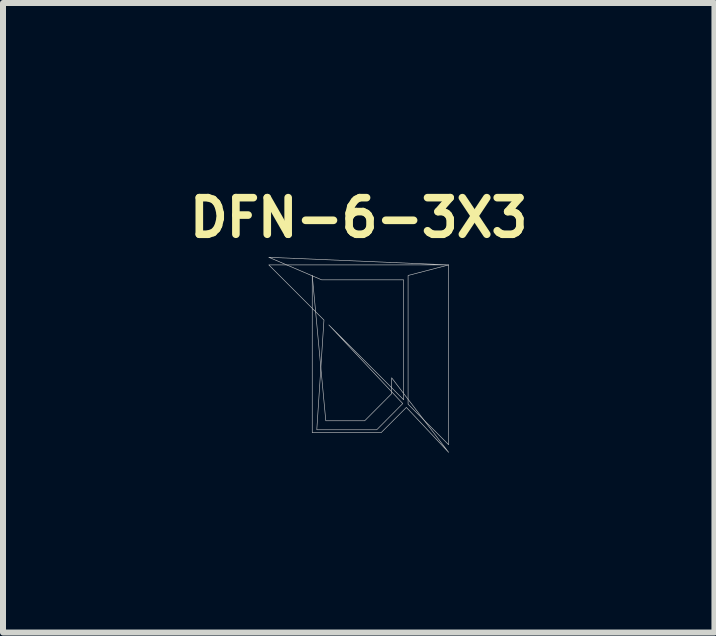
<source format=kicad_pcb>
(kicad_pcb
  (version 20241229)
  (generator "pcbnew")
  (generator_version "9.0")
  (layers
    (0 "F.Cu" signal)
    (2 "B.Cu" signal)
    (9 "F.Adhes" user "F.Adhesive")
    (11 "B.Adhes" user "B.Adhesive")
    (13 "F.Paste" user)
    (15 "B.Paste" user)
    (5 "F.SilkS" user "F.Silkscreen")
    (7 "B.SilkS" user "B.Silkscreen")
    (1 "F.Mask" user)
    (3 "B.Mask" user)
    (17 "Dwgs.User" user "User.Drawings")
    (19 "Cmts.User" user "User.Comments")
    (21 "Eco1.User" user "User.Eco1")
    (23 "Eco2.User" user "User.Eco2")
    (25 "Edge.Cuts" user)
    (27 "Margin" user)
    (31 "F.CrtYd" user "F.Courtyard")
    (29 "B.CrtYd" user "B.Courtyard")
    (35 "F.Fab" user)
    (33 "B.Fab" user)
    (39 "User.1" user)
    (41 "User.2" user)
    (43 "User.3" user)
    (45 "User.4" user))
  (footprint "DFN-6-3X3"
    (layer "F.Cu")
    (at 2.931 2.866)
    (property "Reference" "DFN-6-3X3" (at 0 -2.286 0) (layer "F.SilkS") (effects (font (size 0.61 0.61) (thickness 0.127))))
    (attr smd)
    (fp_poly (pts (xy 1.499 -1.499) (xy 1.499 1.499) (xy -1.499 -1.499) (xy 1.499 -1.499) (xy -1.499 -1.626) (xy -0.498 -1.199) (xy 0.498 -1.199) (xy 0.498 -0.498) (xy -0.498 -0.498) (xy 1.499 1.626) (xy -0.699 -1.25) (xy 0.749 -1.25) (xy 0.749 0.798) (xy 0.3 1.25) (xy -0.699 1.25) (xy -0.549 -1.049) (xy 0.549 -1.049) (xy 0.549 0.648) (xy 0.099 1.1) (xy -0.549 1.1) (xy -0.775 -1.323) (xy -0.775 1.298) (xy 0.373 1.298) (xy 0.823 0.848) (xy 0.823 -1.323)) (stroke (width 0.01) (type solid)) (fill no) (layer "Dwgs.User")))
  (gr_rect
    (start -3 -3)
    (end 8.862 7.496)
    (stroke (width 0.1) (type default))
    (fill no)
    (layer "Edge.Cuts")))
</source>
